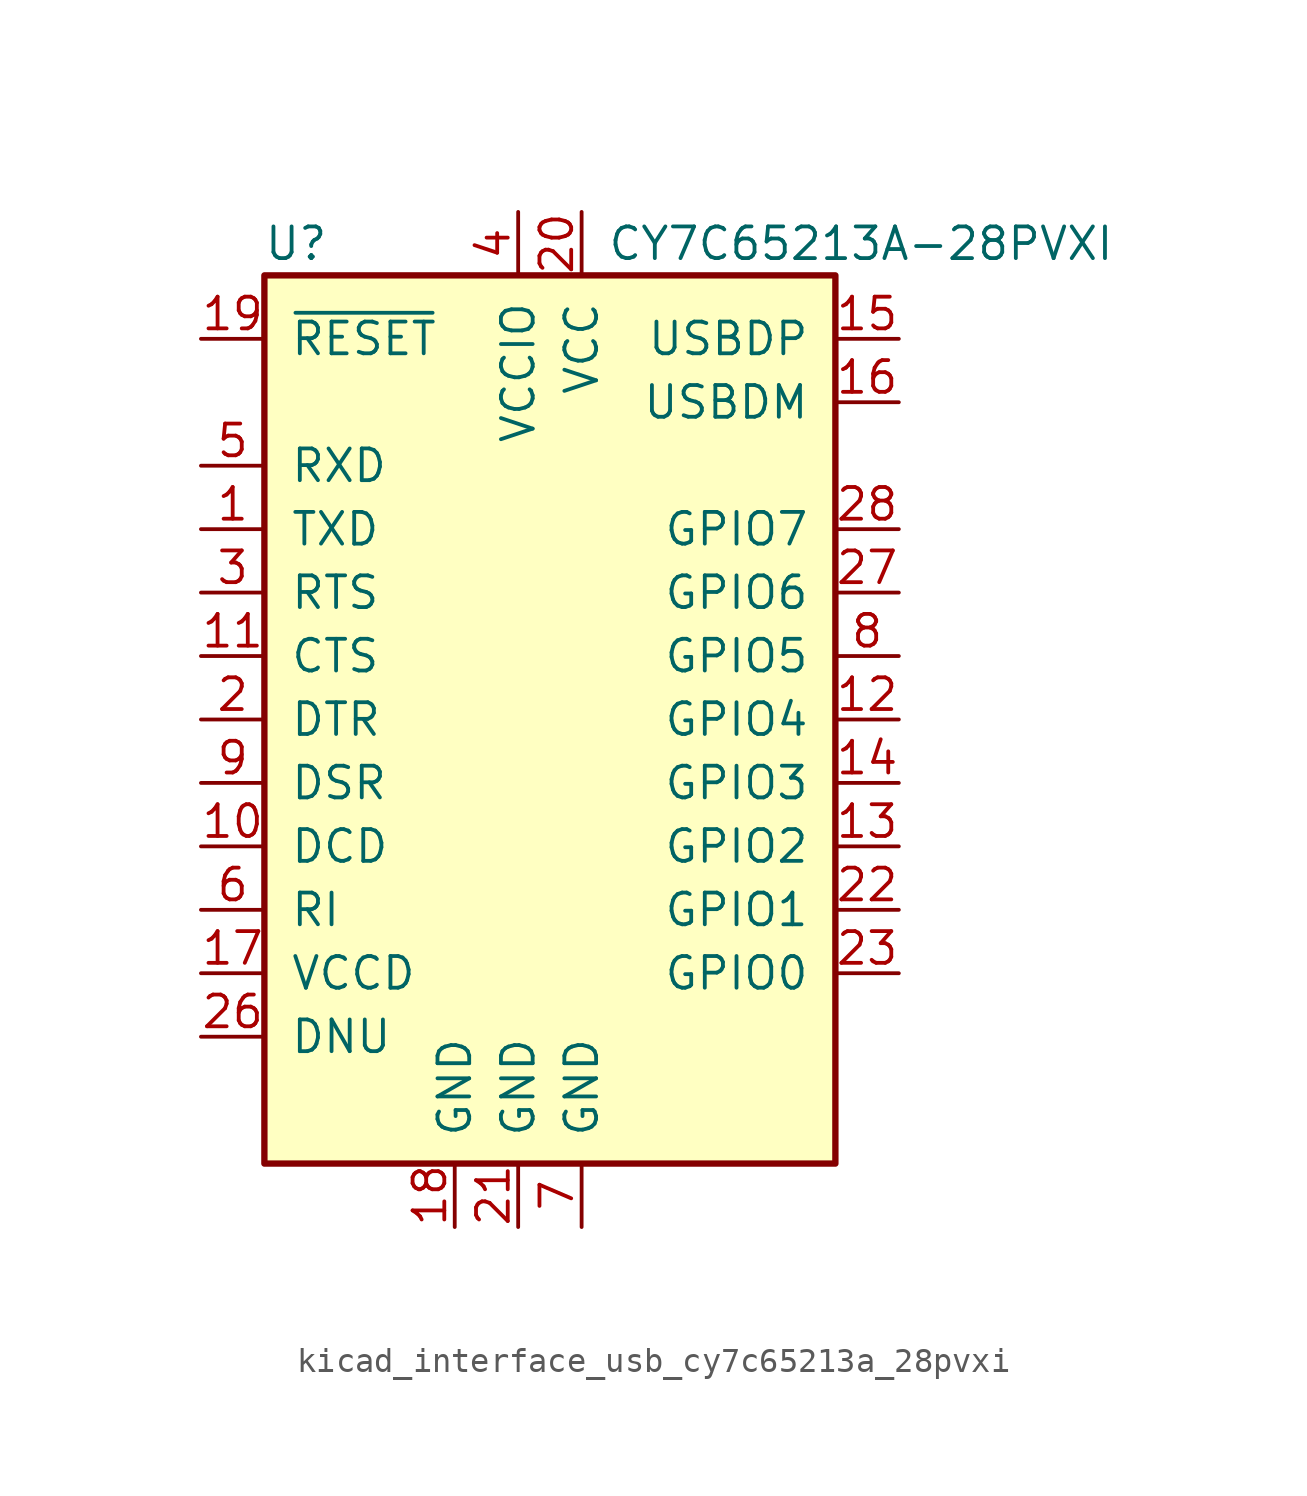
<source format=kicad_sym>
(kicad_symbol_lib
  (version 20220914)
  (generator kicad_symbol_editor)
  (symbol "kicad_interface_usb_cy7c65213a_28pvxi"
    (pin_names
      (offset 1.016))
    (property "Reference" "U"
      (at -8.89 19.05 0)
      (effects (font (size 1.27 1.27))))
    (property "Value" "CY7C65213A-28PVXI"
      (at 3.556 19.05 0)
      (effects (font (size 1.27 1.27)) (justify left)))
    (symbol "kicad_interface_usb_cy7c65213a_28pvxi_0_1"
      (rectangle (start -10.16 17.78) (end 12.7 -17.78) (stroke (width 0.254) (type default)) (fill (type background))))
    (symbol "kicad_interface_usb_cy7c65213a_28pvxi_1_1"
      (pin output line (at -12.7 7.62 0) (length 2.54) (name "TXD" (effects (font (size 1.27 1.27)))) (number "1" (effects (font (size 1.27 1.27)))))
      (pin input line (at -12.7 -5.08 0) (length 2.54) (name "DCD" (effects (font (size 1.27 1.27)))) (number "10" (effects (font (size 1.27 1.27)))))
      (pin input line (at -12.7 2.54 0) (length 2.54) (name "CTS" (effects (font (size 1.27 1.27)))) (number "11" (effects (font (size 1.27 1.27)))))
      (pin bidirectional line (at 15.24 0 180) (length 2.54) (name "GPIO4" (effects (font (size 1.27 1.27)))) (number "12" (effects (font (size 1.27 1.27)))))
      (pin tri_state line (at 15.24 -5.08 180) (length 2.54) (name "GPIO2" (effects (font (size 1.27 1.27)))) (number "13" (effects (font (size 1.27 1.27)))))
      (pin bidirectional line (at 15.24 -2.54 180) (length 2.54) (name "GPIO3" (effects (font (size 1.27 1.27)))) (number "14" (effects (font (size 1.27 1.27)))))
      (pin bidirectional line (at 15.24 15.24 180) (length 2.54) (name "USBDP" (effects (font (size 1.27 1.27)))) (number "15" (effects (font (size 1.27 1.27)))))
      (pin bidirectional line (at 15.24 12.7 180) (length 2.54) (name "USBDM" (effects (font (size 1.27 1.27)))) (number "16" (effects (font (size 1.27 1.27)))))
      (pin passive line (at -12.7 -10.16 0) (length 2.54) (name "VCCD" (effects (font (size 1.27 1.27)))) (number "17" (effects (font (size 1.27 1.27)))))
      (pin power_in line (at -2.54 -20.32 90) (length 2.54) (name "GND" (effects (font (size 1.27 1.27)))) (number "18" (effects (font (size 1.27 1.27)))))
      (pin bidirectional line (at -12.7 15.24 0) (length 2.54) (name "~{RESET}" (effects (font (size 1.27 1.27)))) (number "19" (effects (font (size 1.27 1.27)))))
      (pin output line (at -12.7 0 0) (length 2.54) (name "DTR" (effects (font (size 1.27 1.27)))) (number "2" (effects (font (size 1.27 1.27)))))
      (pin power_in line (at 2.54 20.32 270) (length 2.54) (name "VCC" (effects (font (size 1.27 1.27)))) (number "20" (effects (font (size 1.27 1.27)))))
      (pin power_in line (at 0 -20.32 90) (length 2.54) (name "GND" (effects (font (size 1.27 1.27)))) (number "21" (effects (font (size 1.27 1.27)))))
      (pin bidirectional line (at 15.24 -7.62 180) (length 2.54) (name "GPIO1" (effects (font (size 1.27 1.27)))) (number "22" (effects (font (size 1.27 1.27)))))
      (pin bidirectional line (at 15.24 -10.16 180) (length 2.54) (name "GPIO0" (effects (font (size 1.27 1.27)))) (number "23" (effects (font (size 1.27 1.27)))))
      (pin no_connect line (at 12.7 -15.24 180) (length 2.54) hide (name "NC" (effects (font (size 1.27 1.27)))) (number "24" (effects (font (size 1.27 1.27)))))
      (pin no_connect line (at 12.7 -12.7 180) (length 2.54) hide (name "NC" (effects (font (size 1.27 1.27)))) (number "25" (effects (font (size 1.27 1.27)))))
      (pin passive line (at -12.7 -12.7 0) (length 2.54) (name "DNU" (effects (font (size 1.27 1.27)))) (number "26" (effects (font (size 1.27 1.27)))))
      (pin tri_state line (at 15.24 5.08 180) (length 2.54) (name "GPIO6" (effects (font (size 1.27 1.27)))) (number "27" (effects (font (size 1.27 1.27)))))
      (pin tri_state line (at 15.24 7.62 180) (length 2.54) (name "GPIO7" (effects (font (size 1.27 1.27)))) (number "28" (effects (font (size 1.27 1.27)))))
      (pin output line (at -12.7 5.08 0) (length 2.54) (name "RTS" (effects (font (size 1.27 1.27)))) (number "3" (effects (font (size 1.27 1.27)))))
      (pin power_in line (at 0 20.32 270) (length 2.54) (name "VCCIO" (effects (font (size 1.27 1.27)))) (number "4" (effects (font (size 1.27 1.27)))))
      (pin input line (at -12.7 10.16 0) (length 2.54) (name "RXD" (effects (font (size 1.27 1.27)))) (number "5" (effects (font (size 1.27 1.27)))))
      (pin input line (at -12.7 -7.62 0) (length 2.54) (name "RI" (effects (font (size 1.27 1.27)))) (number "6" (effects (font (size 1.27 1.27)))))
      (pin power_in line (at 2.54 -20.32 90) (length 2.54) (name "GND" (effects (font (size 1.27 1.27)))) (number "7" (effects (font (size 1.27 1.27)))))
      (pin tri_state line (at 15.24 2.54 180) (length 2.54) (name "GPIO5" (effects (font (size 1.27 1.27)))) (number "8" (effects (font (size 1.27 1.27)))))
      (pin input line (at -12.7 -2.54 0) (length 2.54) (name "DSR" (effects (font (size 1.27 1.27)))) (number "9" (effects (font (size 1.27 1.27))))))))
</source>
